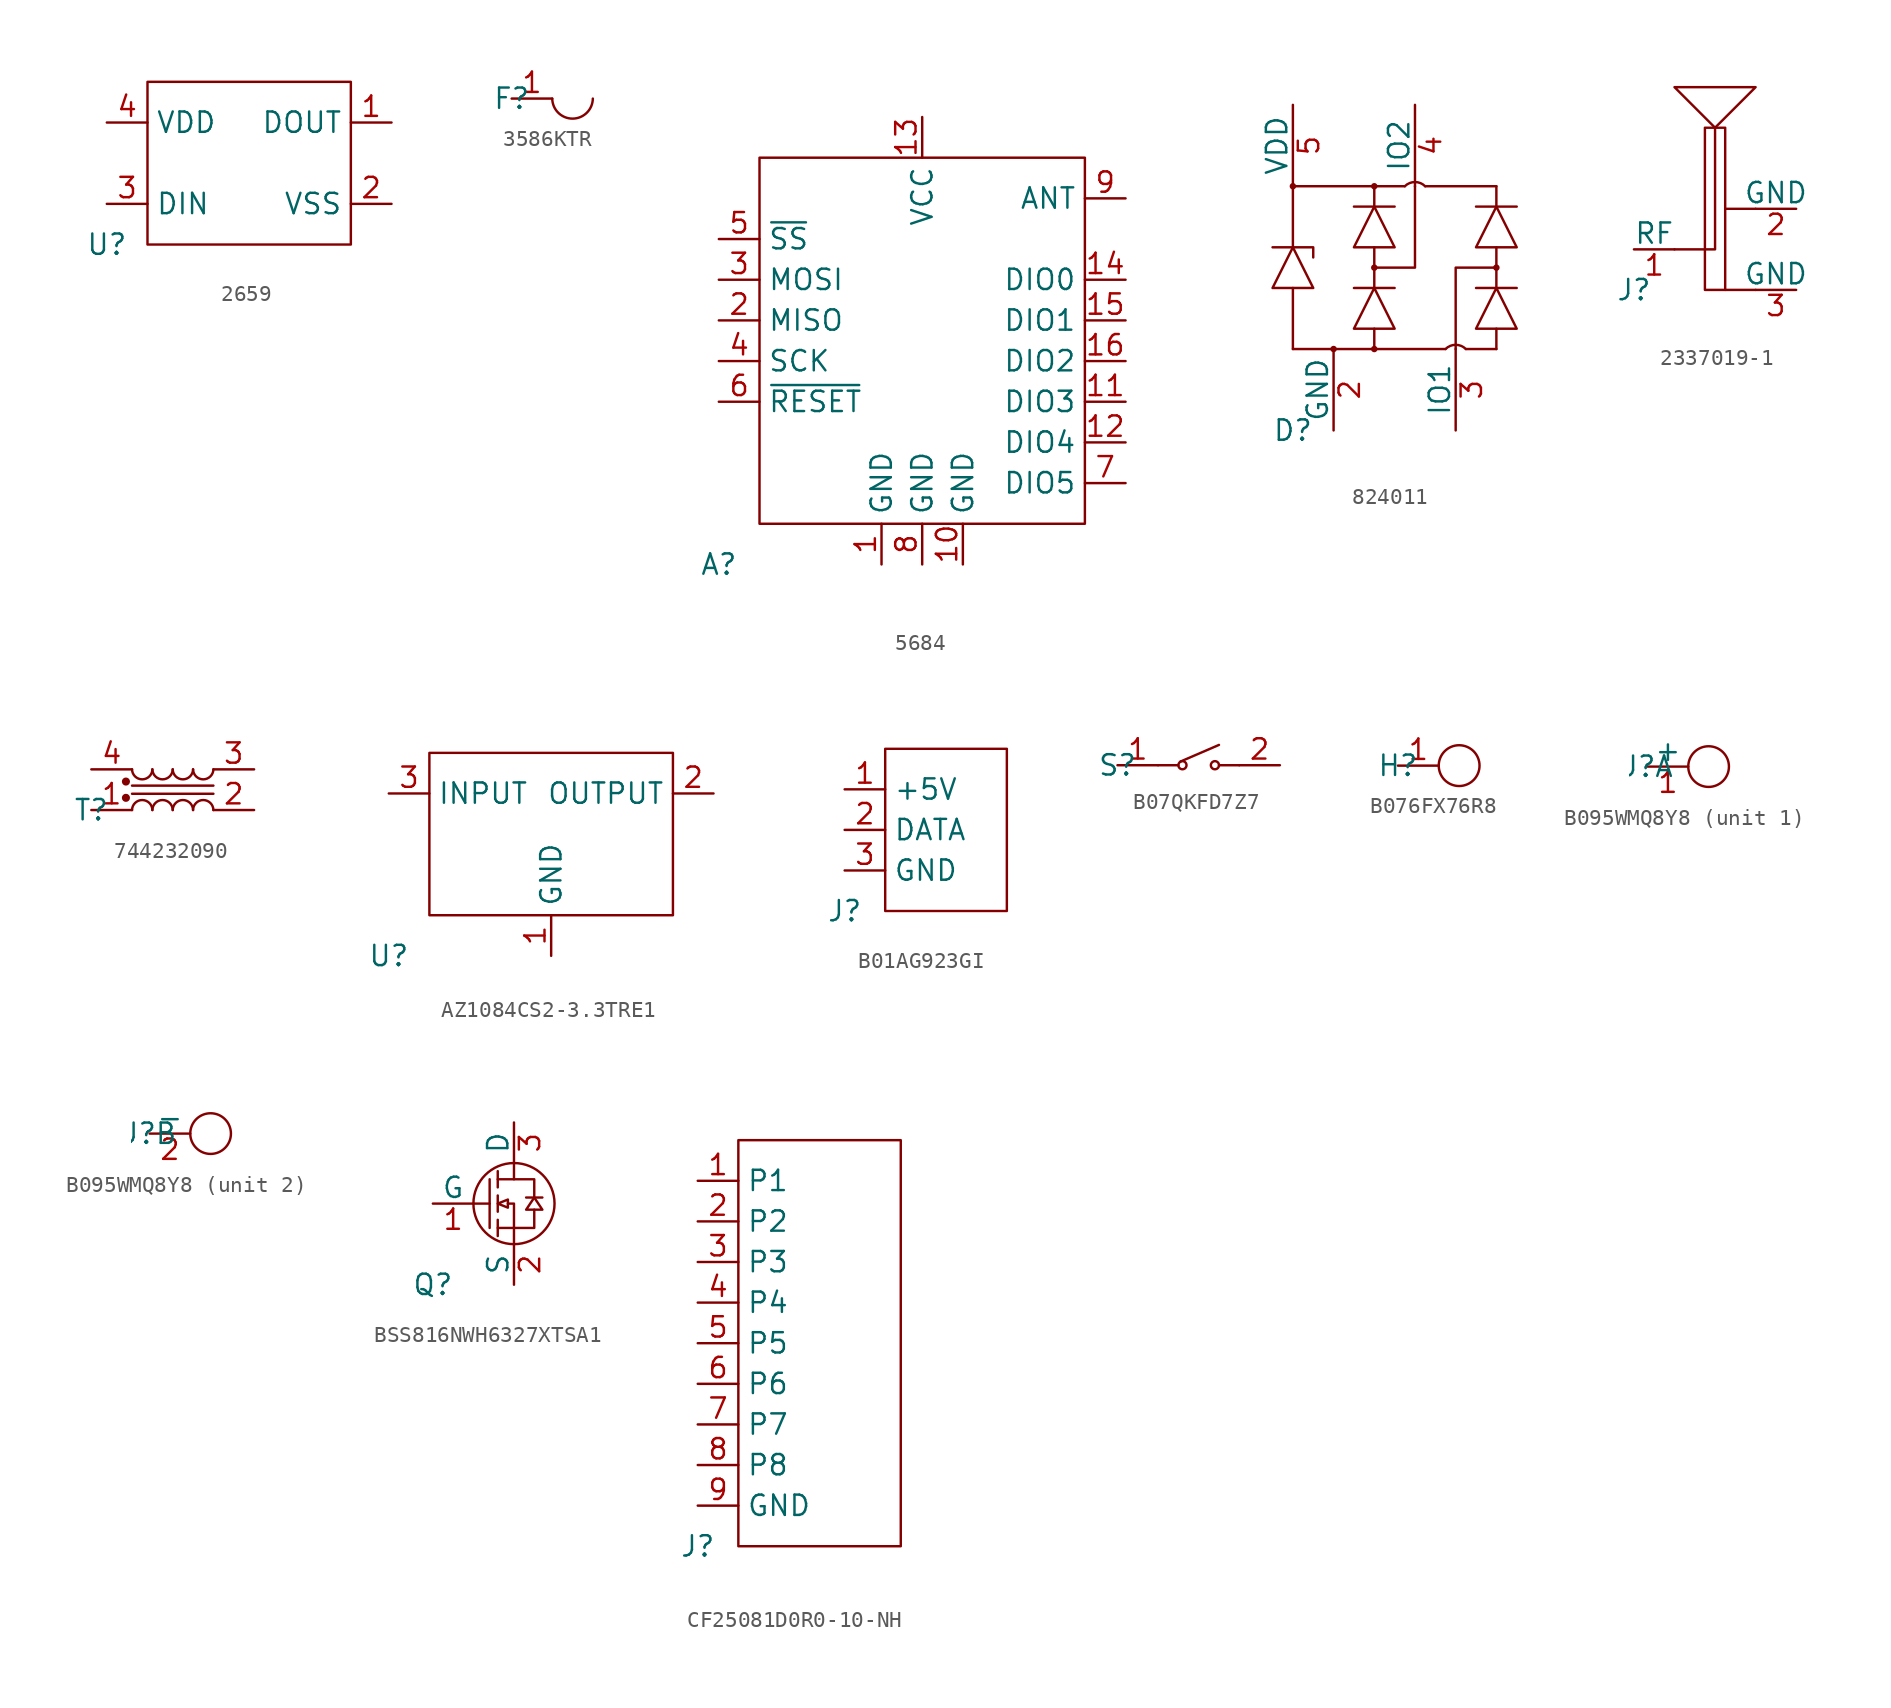
<source format=kicad_sym>
(kicad_symbol_lib
  (version 20220914)
  (generator kicad_symbol_editor)
  (symbol "2659"
    (property "Reference" "U"
      (at 0 0 0)
      (effects (font (size 1.27 1.27))))
    (symbol "2659_0_1"
      (rectangle (start 2.54 10.16) (end 15.24 0) (stroke (width 0) (type default)) (fill (type none))))
    (symbol "2659_1_1"
      (pin output line (at 17.78 7.62 180) (length 2.54) (name "DOUT" (effects (font (size 1.27 1.27)))) (number "1" (effects (font (size 1.27 1.27)))))
      (pin passive line (at 17.78 2.54 180) (length 2.54) (name "VSS" (effects (font (size 1.27 1.27)))) (number "2" (effects (font (size 1.27 1.27)))))
      (pin input line (at 0 2.54 0) (length 2.54) (name "DIN" (effects (font (size 1.27 1.27)))) (number "3" (effects (font (size 1.27 1.27)))))
      (pin power_in line (at 0 7.62 0) (length 2.54) (name "VDD" (effects (font (size 1.27 1.27)))) (number "4" (effects (font (size 1.27 1.27)))))))
  (symbol "3586KTR"
    (pin_names
      (offset 0))
    (property "Reference" "F"
      (at 0 0 0)
      (effects (font (size 1.27 1.27))))
    (symbol "3586KTR_0_1"
      (arc (start 2.54 0) (mid 3.81 -1.2542) (end 5.08 0) (stroke (width 0) (type default)) (fill (type none))))
    (symbol "3586KTR_1_1"
      (pin passive line (at 0 0 0) (length 2.54) (name "" (effects (font (size 1.27 1.27)))) (number "1" (effects (font (size 1.27 1.27)))))))
  (symbol "5684"
    (property "Reference" "A"
      (at 0 0 0)
      (effects (font (size 1.27 1.27))))
    (symbol "5684_0_1"
      (rectangle (start 2.54 25.4) (end 22.86 2.54) (stroke (width 0) (type default)) (fill (type none))))
    (symbol "5684_1_1"
      (pin passive line (at 10.16 0 90) (length 2.54) (name "GND" (effects (font (size 1.27 1.27)))) (number "1" (effects (font (size 1.27 1.27)))))
      (pin passive line (at 15.24 0 90) (length 2.54) (name "GND" (effects (font (size 1.27 1.27)))) (number "10" (effects (font (size 1.27 1.27)))))
      (pin bidirectional line (at 25.4 10.16 180) (length 2.54) (name "DIO3" (effects (font (size 1.27 1.27)))) (number "11" (effects (font (size 1.27 1.27)))))
      (pin bidirectional line (at 25.4 7.62 180) (length 2.54) (name "DIO4" (effects (font (size 1.27 1.27)))) (number "12" (effects (font (size 1.27 1.27)))))
      (pin power_in line (at 12.7 27.94 270) (length 2.54) (name "VCC" (effects (font (size 1.27 1.27)))) (number "13" (effects (font (size 1.27 1.27)))))
      (pin bidirectional line (at 25.4 17.78 180) (length 2.54) (name "DIO0" (effects (font (size 1.27 1.27)))) (number "14" (effects (font (size 1.27 1.27)))))
      (pin bidirectional line (at 25.4 15.24 180) (length 2.54) (name "DIO1" (effects (font (size 1.27 1.27)))) (number "15" (effects (font (size 1.27 1.27)))))
      (pin bidirectional line (at 25.4 12.7 180) (length 2.54) (name "DIO2" (effects (font (size 1.27 1.27)))) (number "16" (effects (font (size 1.27 1.27)))))
      (pin output line (at 0 15.24 0) (length 2.54) (name "MISO" (effects (font (size 1.27 1.27)))) (number "2" (effects (font (size 1.27 1.27)))))
      (pin input line (at 0 17.78 0) (length 2.54) (name "MOSI" (effects (font (size 1.27 1.27)))) (number "3" (effects (font (size 1.27 1.27)))))
      (pin input line (at 0 12.7 0) (length 2.54) (name "SCK" (effects (font (size 1.27 1.27)))) (number "4" (effects (font (size 1.27 1.27)))))
      (pin input line (at 0 20.32 0) (length 2.54) (name "~{SS}" (effects (font (size 1.27 1.27)))) (number "5" (effects (font (size 1.27 1.27)))))
      (pin input line (at 0 10.16 0) (length 2.54) (name "~{RESET}" (effects (font (size 1.27 1.27)))) (number "6" (effects (font (size 1.27 1.27)))))
      (pin bidirectional line (at 25.4 5.08 180) (length 2.54) (name "DIO5" (effects (font (size 1.27 1.27)))) (number "7" (effects (font (size 1.27 1.27)))))
      (pin passive line (at 12.7 0 90) (length 2.54) (name "GND" (effects (font (size 1.27 1.27)))) (number "8" (effects (font (size 1.27 1.27)))))
      (pin bidirectional line (at 25.4 22.86 180) (length 2.54) (name "ANT" (effects (font (size 1.27 1.27)))) (number "9" (effects (font (size 1.27 1.27)))))))
  (symbol "824011"
    (pin_names
      (offset 0))
    (property "Reference" "D"
      (at 0 0 0)
      (effects (font (size 1.27 1.27))))
    (symbol "824011_0_1"
      (polyline (pts (xy 0 5.08) (xy 0 8.89)) (stroke (width 0) (type default)) (fill (type none)))
      (polyline (pts (xy 3.81 8.89) (xy 6.35 8.89)) (stroke (width 0) (type default)) (fill (type none)))
      (polyline (pts (xy 3.81 13.97) (xy 6.35 13.97)) (stroke (width 0) (type default)) (fill (type none)))
      (polyline (pts (xy 5.08 6.35) (xy 5.08 5.08)) (stroke (width 0) (type default)) (fill (type none)))
      (polyline (pts (xy 5.08 8.89) (xy 5.08 11.43)) (stroke (width 0) (type default)) (fill (type none)))
      (polyline (pts (xy 5.08 13.97) (xy 5.08 15.24)) (stroke (width 0) (type default)) (fill (type none)))
      (polyline (pts (xy 8.255 15.24) (xy 12.7 15.24)) (stroke (width 0) (type default)) (fill (type none)))
      (polyline (pts (xy 9.525 5.08) (xy 0 5.08)) (stroke (width 0) (type default)) (fill (type none)))
      (polyline (pts (xy 11.43 8.89) (xy 13.97 8.89)) (stroke (width 0) (type default)) (fill (type none)))
      (polyline (pts (xy 11.43 13.97) (xy 13.97 13.97)) (stroke (width 0) (type default)) (fill (type none)))
      (polyline (pts (xy 12.7 5.08) (xy 10.795 5.08)) (stroke (width 0) (type default)) (fill (type none)))
      (polyline (pts (xy 12.7 6.35) (xy 12.7 5.08)) (stroke (width 0) (type default)) (fill (type none)))
      (polyline (pts (xy 12.7 8.89) (xy 12.7 11.43)) (stroke (width 0) (type default)) (fill (type none)))
      (polyline (pts (xy 12.7 13.97) (xy 12.7 15.24)) (stroke (width 0) (type default)) (fill (type none)))
      (polyline (pts (xy -1.27 11.43) (xy 1.27 11.43) (xy 1.27 10.795)) (stroke (width 0) (type default)) (fill (type none)))
      (polyline (pts (xy 0 11.43) (xy 0 15.24) (xy 6.985 15.24)) (stroke (width 0) (type default)) (fill (type none)))
      (polyline (pts (xy 7.62 15.24) (xy 7.62 10.16) (xy 5.08 10.16)) (stroke (width 0) (type default)) (fill (type none)))
      (polyline (pts (xy 10.16 5.08) (xy 10.16 10.16) (xy 12.7 10.16)) (stroke (width 0) (type default)) (fill (type none)))
      (polyline (pts (xy -1.27 8.89) (xy 1.27 8.89) (xy 0 11.43) (xy -1.27 8.89)) (stroke (width 0) (type default)) (fill (type none)))
      (polyline (pts (xy 3.81 6.35) (xy 6.35 6.35) (xy 5.08 8.89) (xy 3.81 6.35)) (stroke (width 0) (type default)) (fill (type none)))
      (polyline (pts (xy 3.81 11.43) (xy 6.35 11.43) (xy 5.08 13.97) (xy 3.81 11.43)) (stroke (width 0) (type default)) (fill (type none)))
      (polyline (pts (xy 11.43 6.35) (xy 13.97 6.35) (xy 12.7 8.89) (xy 11.43 6.35)) (stroke (width 0) (type default)) (fill (type none)))
      (polyline (pts (xy 11.43 11.43) (xy 13.97 11.43) (xy 12.7 13.97) (xy 11.43 11.43)) (stroke (width 0) (type default)) (fill (type none)))
      (circle (center 0 15.24) (radius 0.127) (stroke (width 0) (type default)) (fill (type none)))
      (circle (center 2.54 5.08) (radius 0.127) (stroke (width 0) (type default)) (fill (type none)))
      (circle (center 5.08 5.08) (radius 0.127) (stroke (width 0) (type default)) (fill (type none)))
      (circle (center 5.08 10.16) (radius 0.127) (stroke (width 0) (type default)) (fill (type none)))
      (circle (center 5.08 15.24) (radius 0.127) (stroke (width 0) (type default)) (fill (type none)))
      (arc (start 8.255 15.24) (mid 7.62 15.503) (end 6.985 15.24) (stroke (width 0) (type default)) (fill (type none)))
      (arc (start 10.795 5.08) (mid 10.16 5.343) (end 9.525 5.08) (stroke (width 0) (type default)) (fill (type none)))
      (circle (center 12.7 10.16) (radius 0.127) (stroke (width 0) (type default)) (fill (type none))))
    (symbol "824011_1_1"
      (pin passive line (at 2.54 0 90) (length 5.08) (name "GND" (effects (font (size 1.27 1.27)))) (number "2" (effects (font (size 1.27 1.27)))))
      (pin passive line (at 10.16 0 90) (length 5.08) (name "IO1" (effects (font (size 1.27 1.27)))) (number "3" (effects (font (size 1.27 1.27)))))
      (pin passive line (at 7.62 20.32 270) (length 5.08) (name "IO2" (effects (font (size 1.27 1.27)))) (number "4" (effects (font (size 1.27 1.27)))))
      (pin power_in line (at 0 20.32 270) (length 5.08) (name "VDD" (effects (font (size 1.27 1.27)))) (number "5" (effects (font (size 1.27 1.27)))))))
  (symbol "2337019-1"
    (pin_names
      (offset 0))
    (property "Reference" "J"
      (at 0 0 0)
      (effects (font (size 1.27 1.27))))
    (symbol "2337019-1_0_1"
      (polyline (pts (xy 7.62 0) (xy 5.715 0)) (stroke (width 0) (type default)) (fill (type none)))
      (polyline (pts (xy 7.62 5.08) (xy 5.715 5.08)) (stroke (width 0) (type default)) (fill (type none)))
      (polyline (pts (xy 2.54 2.54) (xy 5.08 2.54) (xy 5.08 10.16) (xy 2.54 12.7) (xy 7.62 12.7) (xy 5.08 10.16)) (stroke (width 0) (type default)) (fill (type none)))
      (rectangle (start 4.445 10.16) (end 5.715 0) (stroke (width 0) (type default)) (fill (type none))))
    (symbol "2337019-1_1_1"
      (pin bidirectional line (at 0 2.54 0) (length 2.54) (name "RF" (effects (font (size 1.27 1.27)))) (number "1" (effects (font (size 1.27 1.27)))))
      (pin passive line (at 10.16 5.08 180) (length 2.54) (name "GND" (effects (font (size 1.27 1.27)))) (number "2" (effects (font (size 1.27 1.27)))))
      (pin passive line (at 10.16 0 180) (length 2.54) (name "GND" (effects (font (size 1.27 1.27)))) (number "3" (effects (font (size 1.27 1.27)))))))
  (symbol "744232090"
    (pin_names
      (offset 0))
    (property "Reference" "T"
      (at 0 0 0)
      (effects (font (size 1.27 1.27))))
    (symbol "744232090_0_1"
      (polyline (pts (xy 2.54 1.016) (xy 7.62 1.016)) (stroke (width 0) (type default)) (fill (type none)))
      (polyline (pts (xy 2.54 1.524) (xy 7.62 1.524)) (stroke (width 0) (type default)) (fill (type none)))
      (arc (start 2.54 2.54) (mid 3.175 1.9162) (end 3.81 2.54) (stroke (width 0) (type default)) (fill (type none)))
      (arc (start 3.81 0) (mid 3.175 0.6238) (end 2.54 0) (stroke (width 0) (type default)) (fill (type none)))
      (arc (start 3.81 2.54) (mid 4.445 1.9162) (end 5.08 2.54) (stroke (width 0) (type default)) (fill (type none)))
      (arc (start 5.08 0) (mid 4.445 0.6238) (end 3.81 0) (stroke (width 0) (type default)) (fill (type none)))
      (arc (start 5.08 2.54) (mid 5.715 1.9162) (end 6.35 2.54) (stroke (width 0) (type default)) (fill (type none)))
      (arc (start 6.35 0) (mid 5.715 0.6238) (end 5.08 0) (stroke (width 0) (type default)) (fill (type none)))
      (arc (start 6.35 2.54) (mid 6.985 1.9162) (end 7.62 2.54) (stroke (width 0) (type default)) (fill (type none)))
      (arc (start 7.62 0) (mid 6.985 0.6238) (end 6.35 0) (stroke (width 0) (type default)) (fill (type none))))
    (symbol "744232090_1_1"
      (circle (center 2.159 0.762) (radius 0.127) (stroke (width 0.254) (type default)) (fill (type none)))
      (circle (center 2.159 1.778) (radius 0.127) (stroke (width 0.254) (type default)) (fill (type none)))
      (pin passive line (at 0 0 0) (length 2.54) (name "" (effects (font (size 1.27 1.27)))) (number "1" (effects (font (size 1.27 1.27)))))
      (pin passive line (at 10.16 0 180) (length 2.54) (name "" (effects (font (size 1.27 1.27)))) (number "2" (effects (font (size 1.27 1.27)))))
      (pin passive line (at 10.16 2.54 180) (length 2.54) (name "" (effects (font (size 1.27 1.27)))) (number "3" (effects (font (size 1.27 1.27)))))
      (pin passive line (at 0 2.54 0) (length 2.54) (name "" (effects (font (size 1.27 1.27)))) (number "4" (effects (font (size 1.27 1.27)))))))
  (symbol "AZ1084CS2-3.3TRE1"
    (property "Reference" "U"
      (at 0 0 0)
      (effects (font (size 1.27 1.27))))
    (symbol "AZ1084CS2-3.3TRE1_0_1"
      (rectangle (start 2.54 12.7) (end 17.78 2.54) (stroke (width 0) (type default)) (fill (type none))))
    (symbol "AZ1084CS2-3.3TRE1_1_1"
      (pin passive line (at 10.16 0 90) (length 2.54) (name "GND" (effects (font (size 1.27 1.27)))) (number "1" (effects (font (size 1.27 1.27)))))
      (pin power_out line (at 20.32 10.16 180) (length 2.54) (name "OUTPUT" (effects (font (size 1.27 1.27)))) (number "2" (effects (font (size 1.27 1.27)))))
      (pin power_in line (at 0 10.16 0) (length 2.54) (name "INPUT" (effects (font (size 1.27 1.27)))) (number "3" (effects (font (size 1.27 1.27)))))))
  (symbol "B01AG923GI"
    (property "Reference" "J"
      (at 0 0 0)
      (effects (font (size 1.27 1.27))))
    (symbol "B01AG923GI_0_1"
      (rectangle (start 2.54 10.16) (end 10.16 0) (stroke (width 0) (type default)) (fill (type none))))
    (symbol "B01AG923GI_1_1"
      (pin power_in line (at 0 7.62 0) (length 2.54) (name "+5V" (effects (font (size 1.27 1.27)))) (number "1" (effects (font (size 1.27 1.27)))))
      (pin input line (at 0 5.08 0) (length 2.54) (name "DATA" (effects (font (size 1.27 1.27)))) (number "2" (effects (font (size 1.27 1.27)))))
      (pin passive line (at 0 2.54 0) (length 2.54) (name "GND" (effects (font (size 1.27 1.27)))) (number "3" (effects (font (size 1.27 1.27)))))))
  (symbol "B07QKFD7Z7"
    (pin_names
      (offset 0))
    (property "Reference" "S"
      (at 0 0 0)
      (effects (font (size 1.27 1.27))))
    (symbol "B07QKFD7Z7_0_1"
      (polyline (pts (xy 2.54 0) (xy 3.81 0)) (stroke (width 0) (type default)) (fill (type none)))
      (polyline (pts (xy 6.35 1.27) (xy 3.937 0.229)) (stroke (width 0) (type default)) (fill (type none)))
      (polyline (pts (xy 7.62 0) (xy 6.35 0)) (stroke (width 0) (type default)) (fill (type none)))
      (circle (center 4.064 0) (radius 0.254) (stroke (width 0) (type default)) (fill (type none)))
      (circle (center 6.096 0) (radius 0.254) (stroke (width 0) (type default)) (fill (type none))))
    (symbol "B07QKFD7Z7_1_1"
      (pin passive line (at 0 0 0) (length 2.54) (name "" (effects (font (size 1.27 1.27)))) (number "1" (effects (font (size 1.27 1.27)))))
      (pin passive line (at 10.16 0 180) (length 2.54) (name "" (effects (font (size 1.27 1.27)))) (number "2" (effects (font (size 1.27 1.27)))))))
  (symbol "B076FX76R8"
    (pin_names
      (offset 0))
    (property "Reference" "H"
      (at 0 0 0)
      (effects (font (size 1.27 1.27))))
    (symbol "B076FX76R8_0_1"
      (circle (center 3.81 0) (radius 1.27) (stroke (width 0) (type default)) (fill (type none))))
    (symbol "B076FX76R8_1_1"
      (pin passive line (at 0 0 0) (length 2.54) (name "" (effects (font (size 1.27 1.27)))) (number "1" (effects (font (size 1.27 1.27)))))))
  (symbol "B095WMQ8Y8"
    (pin_names
      (offset 0))
    (property "Reference" "J"
      (at 0 0 0)
      (effects (font (size 1.27 1.27))))
    (property "ki_locked" ""
      (at 0 0 0)
      (effects (font (size 1.27 1.27))))
    (symbol "B095WMQ8Y8_0_1"
      (circle (center 3.81 0) (radius 1.27) (stroke (width 0) (type default)) (fill (type none))))
    (symbol "B095WMQ8Y8_1_1"
      (pin passive line (at 0 0 0) (length 2.54) (name "+" (effects (font (size 1.27 1.27)))) (number "1" (effects (font (size 1.27 1.27))))))
    (symbol "B095WMQ8Y8_2_1"
      (pin passive line (at 0 0 0) (length 2.54) (name "-" (effects (font (size 1.27 1.27)))) (number "2" (effects (font (size 1.27 1.27)))))))
  (symbol "BSS816NWH6327XTSA1"
    (pin_names
      (offset 0))
    (property "Reference" "Q"
      (at 0 0 0)
      (effects (font (size 1.27 1.27))))
    (symbol "BSS816NWH6327XTSA1_0_1"
      (polyline (pts (xy 2.54 5.08) (xy 3.556 5.08)) (stroke (width 0) (type default)) (fill (type none)))
      (polyline (pts (xy 3.556 6.604) (xy 3.556 3.556)) (stroke (width 0) (type default)) (fill (type none)))
      (polyline (pts (xy 4.064 3.048) (xy 4.064 4.064)) (stroke (width 0) (type default)) (fill (type none)))
      (polyline (pts (xy 4.064 3.556) (xy 5.08 3.556)) (stroke (width 0) (type default)) (fill (type none)))
      (polyline (pts (xy 4.064 5.588) (xy 4.064 4.572)) (stroke (width 0) (type default)) (fill (type none)))
      (polyline (pts (xy 4.064 7.112) (xy 4.064 6.096)) (stroke (width 0) (type default)) (fill (type none)))
      (polyline (pts (xy 5.842 5.461) (xy 6.858 5.461)) (stroke (width 0) (type default)) (fill (type none)))
      (polyline (pts (xy 4.064 6.604) (xy 5.08 6.604) (xy 5.08 7.62)) (stroke (width 0) (type default)) (fill (type none)))
      (polyline (pts (xy 4.699 5.08) (xy 5.08 5.08) (xy 5.08 2.54)) (stroke (width 0) (type default)) (fill (type none)))
      (polyline (pts (xy 5.08 3.556) (xy 6.35 3.556) (xy 6.35 4.699)) (stroke (width 0) (type default)) (fill (type none)))
      (polyline (pts (xy 6.35 5.461) (xy 6.35 6.604) (xy 5.08 6.604)) (stroke (width 0) (type default)) (fill (type none)))
      (polyline (pts (xy 4.064 5.08) (xy 4.699 4.826) (xy 4.699 5.334) (xy 4.064 5.08)) (stroke (width 0) (type default)) (fill (type none)))
      (polyline (pts (xy 6.35 5.461) (xy 5.842 4.699) (xy 6.858 4.699) (xy 6.35 5.461)) (stroke (width 0) (type default)) (fill (type none)))
      (circle (center 5.08 5.08) (radius 2.54) (stroke (width 0) (type default)) (fill (type none))))
    (symbol "BSS816NWH6327XTSA1_1_1"
      (pin passive line (at 0 5.08 0) (length 2.54) (name "G" (effects (font (size 1.27 1.27)))) (number "1" (effects (font (size 1.27 1.27)))))
      (pin open_emitter line (at 5.08 0 90) (length 2.54) (name "S" (effects (font (size 1.27 1.27)))) (number "2" (effects (font (size 1.27 1.27)))))
      (pin open_collector line (at 5.08 10.16 270) (length 2.54) (name "D" (effects (font (size 1.27 1.27)))) (number "3" (effects (font (size 1.27 1.27)))))))
  (symbol "CF25081D0R0-10-NH"
    (property "Reference" "J"
      (at 0 0 0)
      (effects (font (size 1.27 1.27))))
    (symbol "CF25081D0R0-10-NH_0_1"
      (rectangle (start 2.54 25.4) (end 12.7 0) (stroke (width 0) (type default)) (fill (type none))))
    (symbol "CF25081D0R0-10-NH_1_1"
      (pin unspecified line (at 0 22.86 0) (length 2.54) (name "P1" (effects (font (size 1.27 1.27)))) (number "1" (effects (font (size 1.27 1.27)))) (alternate "M:GND" passive line) (alternate "S:IO0" open_collector line))
      (pin unspecified line (at 0 20.32 0) (length 2.54) (name "P2" (effects (font (size 1.27 1.27)))) (number "2" (effects (font (size 1.27 1.27)))) (alternate "M:EN" input line) (alternate "S:5V_IN" power_out line))
      (pin unspecified line (at 0 17.78 0) (length 2.54) (name "P3" (effects (font (size 1.27 1.27)))) (number "3" (effects (font (size 1.27 1.27)))) (alternate "M:3V3" power_in line) (alternate "S:5V_OUT" power_in line))
      (pin unspecified line (at 0 15.24 0) (length 2.54) (name "P4" (effects (font (size 1.27 1.27)))) (number "4" (effects (font (size 1.27 1.27)))) (alternate "M:TXD" output line) (alternate "S:RXD" output line))
      (pin unspecified line (at 0 12.7 0) (length 2.54) (name "P5" (effects (font (size 1.27 1.27)))) (number "5" (effects (font (size 1.27 1.27)))) (alternate "M:RXD" input line) (alternate "S:TXD" input line))
      (pin unspecified line (at 0 10.16 0) (length 2.54) (name "P6" (effects (font (size 1.27 1.27)))) (number "6" (effects (font (size 1.27 1.27)))) (alternate "M:5V_IN" power_out line) (alternate "S:3V3" power_out line))
      (pin unspecified line (at 0 7.62 0) (length 2.54) (name "P7" (effects (font (size 1.27 1.27)))) (number "7" (effects (font (size 1.27 1.27)))) (alternate "M:5V_OUT" power_in line) (alternate "S:EN" open_collector line))
      (pin unspecified line (at 0 5.08 0) (length 2.54) (name "P8" (effects (font (size 1.27 1.27)))) (number "8" (effects (font (size 1.27 1.27)))) (alternate "M:IO0" input line) (alternate "S:GND" passive line))
      (pin passive line (at 0 2.54 0) (length 2.54) (name "GND" (effects (font (size 1.27 1.27)))) (number "9" (effects (font (size 1.27 1.27))))))))
</source>
